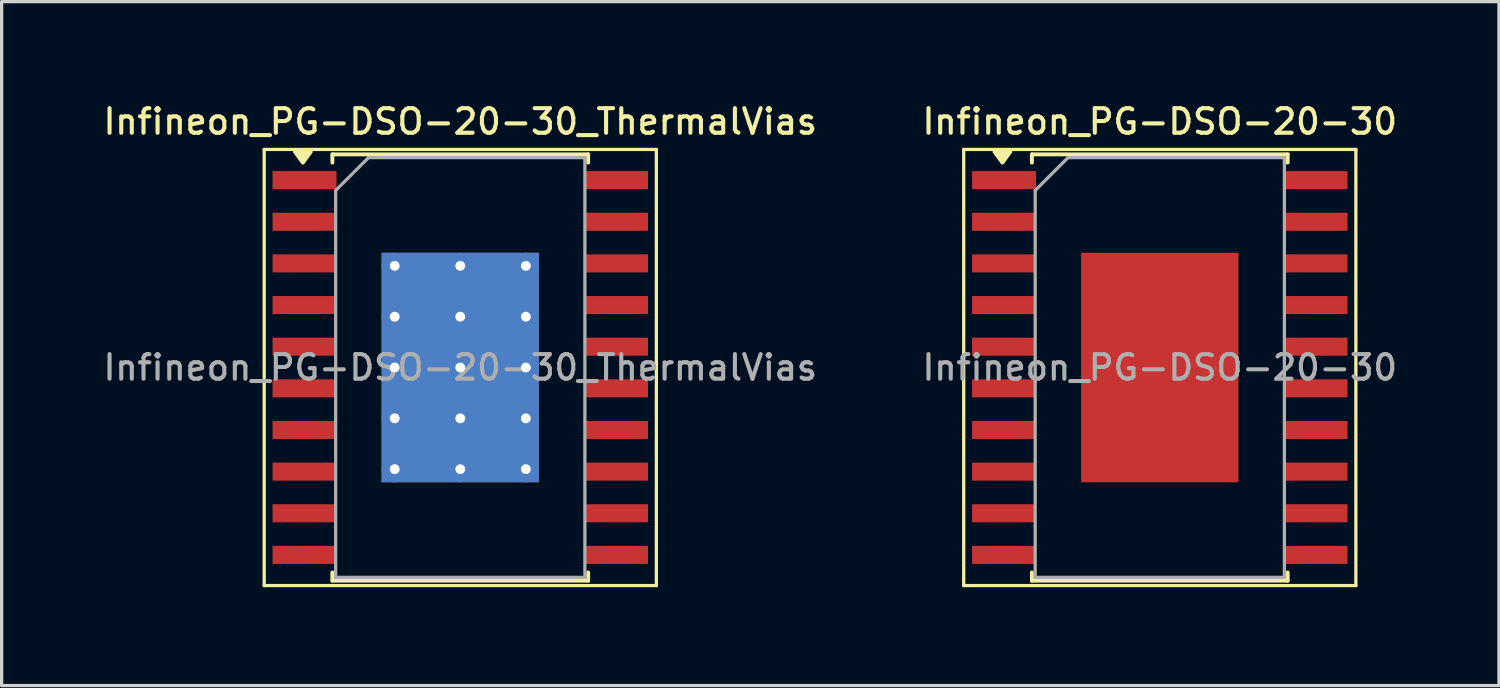
<source format=kicad_pcb>
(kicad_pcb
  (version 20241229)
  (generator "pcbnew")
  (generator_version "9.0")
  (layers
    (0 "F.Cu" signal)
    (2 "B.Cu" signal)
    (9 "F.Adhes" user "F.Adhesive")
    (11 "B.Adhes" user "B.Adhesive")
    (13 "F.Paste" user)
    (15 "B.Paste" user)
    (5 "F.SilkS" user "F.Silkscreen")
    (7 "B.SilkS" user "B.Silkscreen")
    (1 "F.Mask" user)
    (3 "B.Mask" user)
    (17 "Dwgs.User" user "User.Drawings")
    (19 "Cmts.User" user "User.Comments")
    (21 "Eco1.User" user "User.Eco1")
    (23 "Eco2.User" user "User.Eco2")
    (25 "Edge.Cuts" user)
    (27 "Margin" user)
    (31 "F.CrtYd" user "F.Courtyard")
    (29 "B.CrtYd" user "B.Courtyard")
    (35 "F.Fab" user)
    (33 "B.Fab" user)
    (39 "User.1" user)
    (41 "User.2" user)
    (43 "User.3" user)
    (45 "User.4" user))
  (footprint "Infineon_PG-DSO-20-30"
    (layer "F.Cu")
    (at 32.32 8.158)
    (property "Reference" "Infineon_PG-DSO-20-30" (at 0 -7.5 0) (layer "F.SilkS") (effects (font (size 0.75 0.75) (thickness 0.125))))
    (attr smd)
    (fp_line (start -5.98 -6.65) (end 5.98 -6.65) (stroke (width 0.1) (type solid)) (layer "F.SilkS"))
    (fp_line (start -5.98 6.65) (end -5.98 -6.65) (stroke (width 0.1) (type solid)) (layer "F.SilkS"))
    (fp_line (start -5.98 6.65) (end 5.98 6.65) (stroke (width 0.1) (type solid)) (layer "F.SilkS"))
    (fp_line (start -3.9 -6.5) (end 3.9 -6.5) (stroke (width 0.12) (type solid)) (layer "F.SilkS"))
    (fp_line (start -3.9 -6.25) (end -3.9 -6.5) (stroke (width 0.12) (type solid)) (layer "F.SilkS"))
    (fp_line (start -3.9 6.5) (end -3.9 6.25) (stroke (width 0.12) (type solid)) (layer "F.SilkS"))
    (fp_line (start 3.9 -6.25) (end 3.9 -6.5) (stroke (width 0.12) (type solid)) (layer "F.SilkS"))
    (fp_line (start 3.9 6.5) (end -3.9 6.5) (stroke (width 0.12) (type solid)) (layer "F.SilkS"))
    (fp_line (start 3.9 6.5) (end 3.9 6.25) (stroke (width 0.12) (type solid)) (layer "F.SilkS"))
    (fp_line (start 5.98 6.65) (end 5.98 -6.65) (stroke (width 0.1) (type solid)) (layer "F.SilkS"))
    (fp_poly (pts (xy -4.8 -6.25) (xy -5.04 -6.58) (xy -4.56 -6.58) (xy -4.8 -6.25)) (stroke (width 0.12) (type solid)) (fill yes) (layer "F.SilkS"))
    (fp_line (start -3.8 6.4) (end -3.8 -5.4) (stroke (width 0.1) (type solid)) (layer "F.Fab"))
    (fp_line (start -2.8 -6.4) (end -3.8 -5.4) (stroke (width 0.1) (type solid)) (layer "F.Fab"))
    (fp_line (start -2.8 -6.4) (end 3.8 -6.4) (stroke (width 0.1) (type solid)) (layer "F.Fab"))
    (fp_line (start 3.8 -6.4) (end 3.8 6.4) (stroke (width 0.1) (type solid)) (layer "F.Fab"))
    (fp_line (start 3.8 6.4) (end -3.8 6.4) (stroke (width 0.1) (type solid)) (layer "F.Fab"))
    (fp_text user "${REFERENCE}" (at 0 0 0) (layer "F.Fab") (effects (font (size 0.75 0.75) (thickness 0.125))))
    (pad "" smd rect (at -1.2 -2.8) (size 2.1 1.1) (layers "F.Paste"))
    (pad "" smd rect (at -1.2 -1.4) (size 2.1 1.1) (layers "F.Paste"))
    (pad "" smd rect (at -1.2 0) (size 2.1 1.1) (layers "F.Paste"))
    (pad "" smd rect (at -1.2 1.4) (size 2.1 1.1) (layers "F.Paste"))
    (pad "" smd rect (at -1.2 2.8) (size 2.1 1.1) (layers "F.Paste"))
    (pad "" smd rect (at 1.2 -2.8) (size 2.1 1.1) (layers "F.Paste"))
    (pad "" smd rect (at 1.2 -1.4) (size 2.1 1.1) (layers "F.Paste"))
    (pad "" smd rect (at 1.2 0) (size 2.1 1.1) (layers "F.Paste"))
    (pad "" smd rect (at 1.2 1.4) (size 2.1 1.1) (layers "F.Paste"))
    (pad "" smd rect (at 1.2 2.8) (size 2.1 1.1) (layers "F.Paste"))
    (pad "1" smd rect (at -4.75 -5.715 90) (size 0.55 1.95) (layers "F.Cu" "F.Mask" "F.Paste"))
    (pad "2" smd rect (at -4.75 -4.445 90) (size 0.55 1.95) (layers "F.Cu" "F.Mask" "F.Paste"))
    (pad "3" smd rect (at -4.75 -3.175 90) (size 0.55 1.95) (layers "F.Cu" "F.Mask" "F.Paste"))
    (pad "4" smd rect (at -4.75 -1.905 90) (size 0.55 1.95) (layers "F.Cu" "F.Mask" "F.Paste"))
    (pad "5" smd rect (at -4.75 -0.635 90) (size 0.55 1.95) (layers "F.Cu" "F.Mask" "F.Paste"))
    (pad "6" smd rect (at -4.75 0.635 90) (size 0.55 1.95) (layers "F.Cu" "F.Mask" "F.Paste"))
    (pad "7" smd rect (at -4.75 1.905 90) (size 0.55 1.95) (layers "F.Cu" "F.Mask" "F.Paste"))
    (pad "8" smd rect (at -4.75 3.175 90) (size 0.55 1.95) (layers "F.Cu" "F.Mask" "F.Paste"))
    (pad "9" smd rect (at -4.75 4.445 90) (size 0.55 1.95) (layers "F.Cu" "F.Mask" "F.Paste"))
    (pad "10" smd rect (at -4.75 5.715 90) (size 0.55 1.95) (layers "F.Cu" "F.Mask" "F.Paste"))
    (pad "11" smd rect (at 4.75 5.715 90) (size 0.55 1.95) (layers "F.Cu" "F.Mask" "F.Paste"))
    (pad "12" smd rect (at 4.75 4.445 90) (size 0.55 1.95) (layers "F.Cu" "F.Mask" "F.Paste"))
    (pad "13" smd rect (at 4.75 3.175 90) (size 0.55 1.95) (layers "F.Cu" "F.Mask" "F.Paste"))
    (pad "14" smd rect (at 4.75 1.905 90) (size 0.55 1.95) (layers "F.Cu" "F.Mask" "F.Paste"))
    (pad "15" smd rect (at 4.75 0.635 90) (size 0.55 1.95) (layers "F.Cu" "F.Mask" "F.Paste"))
    (pad "16" smd rect (at 4.75 -0.635 90) (size 0.55 1.95) (layers "F.Cu" "F.Mask" "F.Paste"))
    (pad "17" smd rect (at 4.75 -1.905 90) (size 0.55 1.95) (layers "F.Cu" "F.Mask" "F.Paste"))
    (pad "18" smd rect (at 4.75 -3.175 90) (size 0.55 1.95) (layers "F.Cu" "F.Mask" "F.Paste"))
    (pad "19" smd rect (at 4.75 -4.445 90) (size 0.55 1.95) (layers "F.Cu" "F.Mask" "F.Paste"))
    (pad "20" smd rect (at 4.75 -5.715 90) (size 0.55 1.95) (layers "F.Cu" "F.Mask" "F.Paste"))
    (pad "21" smd rect (at 0 0) (size 4.8 7) (layers "F.Cu" "F.Mask")))
  (footprint "Infineon_PG-DSO-20-30_ThermalVias"
    (layer "F.Cu")
    (at 10.987 8.158)
    (property "Reference" "Infineon_PG-DSO-20-30_ThermalVias" (at 0 -7.5 0) (layer "F.SilkS") (effects (font (size 0.75 0.75) (thickness 0.125))))
    (attr smd)
    (fp_line (start -5.98 -6.65) (end 5.98 -6.65) (stroke (width 0.1) (type solid)) (layer "F.SilkS"))
    (fp_line (start -5.98 6.65) (end -5.98 -6.65) (stroke (width 0.1) (type solid)) (layer "F.SilkS"))
    (fp_line (start -5.98 6.65) (end 5.98 6.65) (stroke (width 0.1) (type solid)) (layer "F.SilkS"))
    (fp_line (start -3.9 -6.5) (end 3.9 -6.5) (stroke (width 0.12) (type solid)) (layer "F.SilkS"))
    (fp_line (start -3.9 -6.25) (end -3.9 -6.5) (stroke (width 0.12) (type solid)) (layer "F.SilkS"))
    (fp_line (start -3.9 6.5) (end -3.9 6.25) (stroke (width 0.12) (type solid)) (layer "F.SilkS"))
    (fp_line (start 3.9 -6.25) (end 3.9 -6.5) (stroke (width 0.12) (type solid)) (layer "F.SilkS"))
    (fp_line (start 3.9 6.5) (end -3.9 6.5) (stroke (width 0.12) (type solid)) (layer "F.SilkS"))
    (fp_line (start 3.9 6.5) (end 3.9 6.25) (stroke (width 0.12) (type solid)) (layer "F.SilkS"))
    (fp_line (start 5.98 6.65) (end 5.98 -6.65) (stroke (width 0.1) (type solid)) (layer "F.SilkS"))
    (fp_poly (pts (xy -4.8 -6.25) (xy -5.04 -6.58) (xy -4.56 -6.58) (xy -4.8 -6.25)) (stroke (width 0.12) (type solid)) (fill yes) (layer "F.SilkS"))
    (fp_line (start -3.8 6.4) (end -3.8 -5.4) (stroke (width 0.1) (type solid)) (layer "F.Fab"))
    (fp_line (start -2.8 -6.4) (end -3.8 -5.4) (stroke (width 0.1) (type solid)) (layer "F.Fab"))
    (fp_line (start -2.8 -6.4) (end 3.8 -6.4) (stroke (width 0.1) (type solid)) (layer "F.Fab"))
    (fp_line (start 3.8 -6.4) (end 3.8 6.4) (stroke (width 0.1) (type solid)) (layer "F.Fab"))
    (fp_line (start 3.8 6.4) (end -3.8 6.4) (stroke (width 0.1) (type solid)) (layer "F.Fab"))
    (fp_text user "${REFERENCE}" (at 0 0 0) (layer "F.Fab") (effects (font (size 0.75 0.75) (thickness 0.125))))
    (pad "" smd rect (at -1 -2.325) (size 1.7 1.25) (layers "F.Paste"))
    (pad "" smd rect (at -1 -0.775) (size 1.7 1.25) (layers "F.Paste"))
    (pad "" smd rect (at -1 0.775) (size 1.7 1.25) (layers "F.Paste"))
    (pad "" smd rect (at -1 2.325) (size 1.7 1.25) (layers "F.Paste"))
    (pad "" smd rect (at 1 -2.325) (size 1.7 1.25) (layers "F.Paste"))
    (pad "" smd rect (at 1 -0.775) (size 1.7 1.25) (layers "F.Paste"))
    (pad "" smd rect (at 1 0.775) (size 1.7 1.25) (layers "F.Paste"))
    (pad "" smd rect (at 1 2.325) (size 1.7 1.25) (layers "F.Paste"))
    (pad "1" smd rect (at -4.75 -5.715 90) (size 0.55 1.95) (layers "F.Cu" "F.Mask" "F.Paste"))
    (pad "2" smd rect (at -4.75 -4.445 90) (size 0.55 1.95) (layers "F.Cu" "F.Mask" "F.Paste"))
    (pad "3" smd rect (at -4.75 -3.175 90) (size 0.55 1.95) (layers "F.Cu" "F.Mask" "F.Paste"))
    (pad "4" smd rect (at -4.75 -1.905 90) (size 0.55 1.95) (layers "F.Cu" "F.Mask" "F.Paste"))
    (pad "5" smd rect (at -4.75 -0.635 90) (size 0.55 1.95) (layers "F.Cu" "F.Mask" "F.Paste"))
    (pad "6" smd rect (at -4.75 0.635 90) (size 0.55 1.95) (layers "F.Cu" "F.Mask" "F.Paste"))
    (pad "7" smd rect (at -4.75 1.905 90) (size 0.55 1.95) (layers "F.Cu" "F.Mask" "F.Paste"))
    (pad "8" smd rect (at -4.75 3.175 90) (size 0.55 1.95) (layers "F.Cu" "F.Mask" "F.Paste"))
    (pad "9" smd rect (at -4.75 4.445 90) (size 0.55 1.95) (layers "F.Cu" "F.Mask" "F.Paste"))
    (pad "10" smd rect (at -4.75 5.715 90) (size 0.55 1.95) (layers "F.Cu" "F.Mask" "F.Paste"))
    (pad "11" smd rect (at 4.75 5.715 90) (size 0.55 1.95) (layers "F.Cu" "F.Mask" "F.Paste"))
    (pad "12" smd rect (at 4.75 4.445 90) (size 0.55 1.95) (layers "F.Cu" "F.Mask" "F.Paste"))
    (pad "13" smd rect (at 4.75 3.175 90) (size 0.55 1.95) (layers "F.Cu" "F.Mask" "F.Paste"))
    (pad "14" smd rect (at 4.75 1.905 90) (size 0.55 1.95) (layers "F.Cu" "F.Mask" "F.Paste"))
    (pad "15" smd rect (at 4.75 0.635 90) (size 0.55 1.95) (layers "F.Cu" "F.Mask" "F.Paste"))
    (pad "16" smd rect (at 4.75 -0.635 90) (size 0.55 1.95) (layers "F.Cu" "F.Mask" "F.Paste"))
    (pad "17" smd rect (at 4.75 -1.905 90) (size 0.55 1.95) (layers "F.Cu" "F.Mask" "F.Paste"))
    (pad "18" smd rect (at 4.75 -3.175 90) (size 0.55 1.95) (layers "F.Cu" "F.Mask" "F.Paste"))
    (pad "19" smd rect (at 4.75 -4.445 90) (size 0.55 1.95) (layers "F.Cu" "F.Mask" "F.Paste"))
    (pad "20" smd rect (at 4.75 -5.715 90) (size 0.55 1.95) (layers "F.Cu" "F.Mask" "F.Paste"))
    (pad "21" thru_hole circle (at -2 -3.1) (size 0.8 0.8) (drill 0.3) (layers "*.Cu"))
    (pad "21" thru_hole circle (at -2 -1.55) (size 0.8 0.8) (drill 0.3) (layers "*.Cu"))
    (pad "21" thru_hole circle (at -2 0) (size 0.8 0.8) (drill 0.3) (layers "*.Cu"))
    (pad "21" thru_hole circle (at -2 1.55) (size 0.8 0.8) (drill 0.3) (layers "*.Cu"))
    (pad "21" thru_hole circle (at -2 3.1) (size 0.8 0.8) (drill 0.3) (layers "*.Cu"))
    (pad "21" thru_hole circle (at 0 -3.1) (size 0.8 0.8) (drill 0.3) (layers "*.Cu"))
    (pad "21" thru_hole circle (at 0 -1.55) (size 0.8 0.8) (drill 0.3) (layers "*.Cu"))
    (pad "21" thru_hole circle (at 0 0) (size 0.8 0.8) (drill 0.3) (layers "*.Cu"))
    (pad "21" smd rect (at 0 0) (size 4.8 7) (layers "F.Cu" "F.Mask"))
    (pad "21" smd rect (at 0 0) (size 4.8 7) (layers "B.Cu"))
    (pad "21" thru_hole circle (at 0 1.55) (size 0.8 0.8) (drill 0.3) (layers "*.Cu"))
    (pad "21" thru_hole circle (at 0 3.1) (size 0.8 0.8) (drill 0.3) (layers "*.Cu"))
    (pad "21" thru_hole circle (at 2 -3.1) (size 0.8 0.8) (drill 0.3) (layers "*.Cu"))
    (pad "21" thru_hole circle (at 2 -1.55) (size 0.8 0.8) (drill 0.3) (layers "*.Cu"))
    (pad "21" thru_hole circle (at 2 0) (size 0.8 0.8) (drill 0.3) (layers "*.Cu"))
    (pad "21" thru_hole circle (at 2 1.55) (size 0.8 0.8) (drill 0.3) (layers "*.Cu"))
    (pad "21" thru_hole circle (at 2 3.1) (size 0.8 0.8) (drill 0.3) (layers "*.Cu")))
  (gr_rect
    (start -3 -3)
    (end 42.664 17.858)
    (stroke (width 0.1) (type default))
    (fill no)
    (layer "Edge.Cuts")))
</source>
